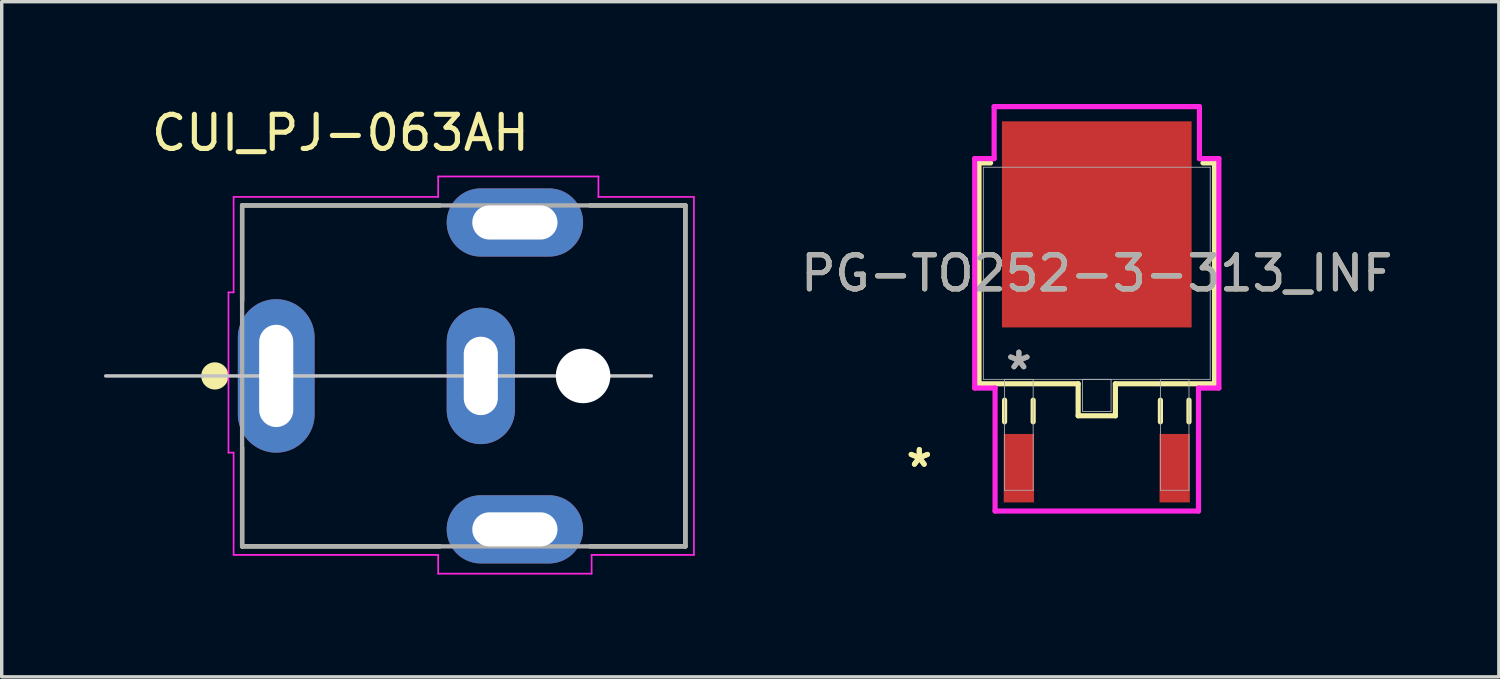
<source format=kicad_pcb>
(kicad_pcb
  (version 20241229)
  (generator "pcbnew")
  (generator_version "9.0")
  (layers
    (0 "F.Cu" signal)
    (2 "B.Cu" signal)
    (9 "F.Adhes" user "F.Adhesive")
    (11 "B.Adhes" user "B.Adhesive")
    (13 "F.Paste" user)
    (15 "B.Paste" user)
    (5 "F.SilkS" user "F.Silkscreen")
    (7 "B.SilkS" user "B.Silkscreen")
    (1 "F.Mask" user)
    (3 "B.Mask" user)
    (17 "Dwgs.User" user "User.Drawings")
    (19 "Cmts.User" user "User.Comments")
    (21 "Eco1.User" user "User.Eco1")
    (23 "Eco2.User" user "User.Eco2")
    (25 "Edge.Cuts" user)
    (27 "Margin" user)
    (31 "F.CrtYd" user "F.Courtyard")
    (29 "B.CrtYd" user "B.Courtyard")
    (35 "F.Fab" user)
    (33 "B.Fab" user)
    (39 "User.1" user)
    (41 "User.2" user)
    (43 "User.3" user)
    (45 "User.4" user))
  (footprint "PG-TO252-3-313_INF"
    (layer "F.Cu")
    (at 29.117 4.966)
    (property "Reference" "PG-TO252-3-313_INF" (at 0 0 0) (unlocked yes) (layer "F.SilkS") (effects (font (size 1 1) (thickness 0.15))))
    (attr smd)
    (fp_line (start -3.454 -3.239) (end -3.454 3.239) (stroke (width 0.152) (type solid)) (layer "F.SilkS"))
    (fp_line (start -3.454 3.239) (end -0.546 3.239) (stroke (width 0.152) (type solid)) (layer "F.SilkS"))
    (fp_line (start -3.114 -3.239) (end -3.454 -3.239) (stroke (width 0.152) (type solid)) (layer "F.SilkS"))
    (fp_line (start -2.704 3.721) (end -2.704 4.356) (stroke (width 0.152) (type solid)) (layer "F.SilkS"))
    (fp_line (start -1.866 3.721) (end -1.866 4.356) (stroke (width 0.152) (type solid)) (layer "F.SilkS"))
    (fp_line (start -0.546 3.239) (end -0.546 4.178) (stroke (width 0.152) (type solid)) (layer "F.SilkS"))
    (fp_line (start -0.546 4.178) (end 0.546 4.178) (stroke (width 0.152) (type solid)) (layer "F.SilkS"))
    (fp_line (start 0.546 3.239) (end 3.454 3.239) (stroke (width 0.152) (type solid)) (layer "F.SilkS"))
    (fp_line (start 0.546 4.178) (end 0.546 3.239) (stroke (width 0.152) (type solid)) (layer "F.SilkS"))
    (fp_line (start 1.866 3.721) (end 1.866 4.356) (stroke (width 0.152) (type solid)) (layer "F.SilkS"))
    (fp_line (start 2.704 3.721) (end 2.704 4.356) (stroke (width 0.152) (type solid)) (layer "F.SilkS"))
    (fp_line (start 3.454 -3.239) (end 3.114 -3.239) (stroke (width 0.152) (type solid)) (layer "F.SilkS"))
    (fp_line (start 3.454 3.239) (end 3.454 -3.239) (stroke (width 0.152) (type solid)) (layer "F.SilkS"))
    (fp_line (start -3.581 -3.365) (end -3.01 -3.365) (stroke (width 0.152) (type solid)) (layer "F.CrtYd"))
    (fp_line (start -3.581 3.365) (end -3.581 -3.365) (stroke (width 0.152) (type solid)) (layer "F.CrtYd"))
    (fp_line (start -3.01 -4.889) (end 3.01 -4.889) (stroke (width 0.152) (type solid)) (layer "F.CrtYd"))
    (fp_line (start -3.01 -3.365) (end -3.01 -4.889) (stroke (width 0.152) (type solid)) (layer "F.CrtYd"))
    (fp_line (start -2.983 3.365) (end -3.581 3.365) (stroke (width 0.152) (type solid)) (layer "F.CrtYd"))
    (fp_line (start -2.983 6.972) (end -2.983 3.365) (stroke (width 0.152) (type solid)) (layer "F.CrtYd"))
    (fp_line (start 2.983 3.365) (end 2.983 6.972) (stroke (width 0.152) (type solid)) (layer "F.CrtYd"))
    (fp_line (start 2.983 6.972) (end -2.983 6.972) (stroke (width 0.152) (type solid)) (layer "F.CrtYd"))
    (fp_line (start 3.01 -4.889) (end 3.01 -3.365) (stroke (width 0.152) (type solid)) (layer "F.CrtYd"))
    (fp_line (start 3.01 -3.365) (end 3.581 -3.365) (stroke (width 0.152) (type solid)) (layer "F.CrtYd"))
    (fp_line (start 3.581 -3.365) (end 3.581 3.365) (stroke (width 0.152) (type solid)) (layer "F.CrtYd"))
    (fp_line (start 3.581 3.365) (end 2.983 3.365) (stroke (width 0.152) (type solid)) (layer "F.CrtYd"))
    (fp_line (start -3.327 -3.111) (end -3.327 3.111) (stroke (width 0.025) (type solid)) (layer "F.Fab"))
    (fp_line (start -3.327 3.111) (end 3.327 3.111) (stroke (width 0.025) (type solid)) (layer "F.Fab"))
    (fp_line (start -2.704 3.111) (end -2.704 6.363) (stroke (width 0.025) (type solid)) (layer "F.Fab"))
    (fp_line (start -2.704 6.363) (end -1.866 6.363) (stroke (width 0.025) (type solid)) (layer "F.Fab"))
    (fp_line (start -1.866 3.111) (end -2.704 3.111) (stroke (width 0.025) (type solid)) (layer "F.Fab"))
    (fp_line (start -1.866 6.363) (end -1.866 3.111) (stroke (width 0.025) (type solid)) (layer "F.Fab"))
    (fp_line (start -0.419 3.111) (end -0.419 4.051) (stroke (width 0.025) (type solid)) (layer "F.Fab"))
    (fp_line (start -0.419 4.051) (end 0.419 4.051) (stroke (width 0.025) (type solid)) (layer "F.Fab"))
    (fp_line (start 0.419 3.111) (end -0.419 3.111) (stroke (width 0.025) (type solid)) (layer "F.Fab"))
    (fp_line (start 0.419 4.051) (end 0.419 3.111) (stroke (width 0.025) (type solid)) (layer "F.Fab"))
    (fp_line (start 1.866 3.111) (end 1.866 6.363) (stroke (width 0.025) (type solid)) (layer "F.Fab"))
    (fp_line (start 1.866 6.363) (end 2.704 6.363) (stroke (width 0.025) (type solid)) (layer "F.Fab"))
    (fp_line (start 2.704 3.111) (end 1.866 3.111) (stroke (width 0.025) (type solid)) (layer "F.Fab"))
    (fp_line (start 2.704 6.363) (end 2.704 3.111) (stroke (width 0.025) (type solid)) (layer "F.Fab"))
    (fp_line (start 3.327 -3.111) (end -3.327 -3.111) (stroke (width 0.025) (type solid)) (layer "F.Fab"))
    (fp_line (start 3.327 3.111) (end 3.327 -3.111) (stroke (width 0.025) (type solid)) (layer "F.Fab"))
    (fp_text user "*" (at -5.205 5.715 0) (unlocked yes) (layer "F.SilkS") (effects (font (size 1 1) (thickness 0.15))))
    (fp_text user "*" (at -5.205 5.715 0) (layer "F.SilkS") (effects (font (size 1 1) (thickness 0.15))))
    (fp_text user "*" (at -2.285 2.857 0) (layer "F.Fab") (effects (font (size 1 1) (thickness 0.15))))
    (fp_text user "*" (at -2.285 2.857 0) (unlocked yes) (layer "F.Fab") (effects (font (size 1 1) (thickness 0.15))))
    (fp_text user "${REFERENCE}" (at 0 0 0) (unlocked yes) (layer "F.Fab") (effects (font (size 1 1) (thickness 0.15))))
    (pad "1" smd rect (at -2.285 5.715) (size 0.889 2.007) (layers "F.Cu" "F.Mask" "F.Paste"))
    (pad "2" smd rect (at 0 -1.435) (size 5.563 6.045) (layers "F.Cu" "F.Mask" "F.Paste"))
    (pad "3" smd rect (at 2.285 5.715) (size 0.889 2.007) (layers "F.Cu" "F.Mask" "F.Paste")))
  (footprint "CUI_PJ-063AH"
    (layer "F.Cu")
    (at 5.051 7.975)
    (property "Reference" "CUI_PJ-063AH" (at 1.885 -7.127 0) (layer "F.SilkS") (effects (font (size 1 1) (thickness 0.15))))
    (attr through_hole)
    (fp_line (start -1 -5) (end 4.8 -5) (stroke (width 0.127) (type solid)) (layer "F.SilkS"))
    (fp_line (start -1 -2.2) (end -1 -5) (stroke (width 0.127) (type solid)) (layer "F.SilkS"))
    (fp_line (start -1 5) (end -1 2.1) (stroke (width 0.127) (type solid)) (layer "F.SilkS"))
    (fp_line (start 4.8 5) (end -1 5) (stroke (width 0.127) (type solid)) (layer "F.SilkS"))
    (fp_line (start 9.2 -5) (end 12 -5) (stroke (width 0.127) (type solid)) (layer "F.SilkS"))
    (fp_line (start 12 -5) (end 12 5) (stroke (width 0.127) (type solid)) (layer "F.SilkS"))
    (fp_line (start 12 5) (end 9.2 5) (stroke (width 0.127) (type solid)) (layer "F.SilkS"))
    (fp_circle (center -1.8 0) (end -1.6 0) (stroke (width 0.4) (type solid)) (fill no) (layer "F.SilkS"))
    (fp_line (start -5 0) (end 11 0) (stroke (width 0.102) (type solid)) (layer "Dwgs.User"))
    (fp_line (start -1.4 -2.45) (end -1.25 -2.45) (stroke (width 0.05) (type solid)) (layer "F.CrtYd"))
    (fp_line (start -1.4 2.25) (end -1.4 -2.45) (stroke (width 0.05) (type solid)) (layer "F.CrtYd"))
    (fp_line (start -1.25 -5.25) (end 4.75 -5.25) (stroke (width 0.05) (type solid)) (layer "F.CrtYd"))
    (fp_line (start -1.25 -2.45) (end -1.25 -5.25) (stroke (width 0.05) (type solid)) (layer "F.CrtYd"))
    (fp_line (start -1.25 2.25) (end -1.4 2.25) (stroke (width 0.05) (type solid)) (layer "F.CrtYd"))
    (fp_line (start -1.25 5.25) (end -1.25 2.25) (stroke (width 0.05) (type solid)) (layer "F.CrtYd"))
    (fp_line (start 4.75 -5.85) (end 9.45 -5.85) (stroke (width 0.05) (type solid)) (layer "F.CrtYd"))
    (fp_line (start 4.75 -5.25) (end 4.75 -5.85) (stroke (width 0.05) (type solid)) (layer "F.CrtYd"))
    (fp_line (start 4.75 5.25) (end -1.25 5.25) (stroke (width 0.05) (type solid)) (layer "F.CrtYd"))
    (fp_line (start 4.75 5.8) (end 4.75 5.25) (stroke (width 0.05) (type solid)) (layer "F.CrtYd"))
    (fp_line (start 9.25 5.25) (end 9.25 5.8) (stroke (width 0.05) (type solid)) (layer "F.CrtYd"))
    (fp_line (start 9.25 5.8) (end 4.75 5.8) (stroke (width 0.05) (type solid)) (layer "F.CrtYd"))
    (fp_line (start 9.45 -5.85) (end 9.45 -5.25) (stroke (width 0.05) (type solid)) (layer "F.CrtYd"))
    (fp_line (start 9.45 -5.25) (end 12.25 -5.25) (stroke (width 0.05) (type solid)) (layer "F.CrtYd"))
    (fp_line (start 12.25 -5.25) (end 12.25 5.25) (stroke (width 0.05) (type solid)) (layer "F.CrtYd"))
    (fp_line (start 12.25 5.25) (end 9.25 5.25) (stroke (width 0.05) (type solid)) (layer "F.CrtYd"))
    (fp_line (start -1 -5) (end 12 -5) (stroke (width 0.127) (type solid)) (layer "F.Fab"))
    (fp_line (start -1 5) (end -1 -5) (stroke (width 0.127) (type solid)) (layer "F.Fab"))
    (fp_line (start 12 -5) (end 12 5) (stroke (width 0.127) (type solid)) (layer "F.Fab"))
    (fp_line (start 12 5) (end -1 5) (stroke (width 0.127) (type solid)) (layer "F.Fab"))
    (pad "" np_thru_hole circle (at 9 0) (size 1.6 1.6) (drill 1.6) (layers "*.Cu" "*.Mask"))
    (pad "1" thru_hole oval (at 0 0) (size 2.25 4.5) (drill oval 1 3) (layers "*.Cu" "*.Mask"))
    (pad "2" thru_hole oval (at 6 0) (size 2 4) (drill oval 1 2.3) (layers "*.Cu" "*.Mask"))
    (pad "S1" thru_hole oval (at 7 -4.5) (size 4 2) (drill oval 2.5 1) (layers "*.Cu" "*.Mask"))
    (pad "S2" thru_hole oval (at 7 4.5) (size 4 2) (drill oval 2.5 1) (layers "*.Cu" "*.Mask")))
  (gr_rect
    (start -3 -3)
    (end 40.909 16.8)
    (stroke (width 0.1) (type default))
    (fill no)
    (layer "Edge.Cuts")))
</source>
